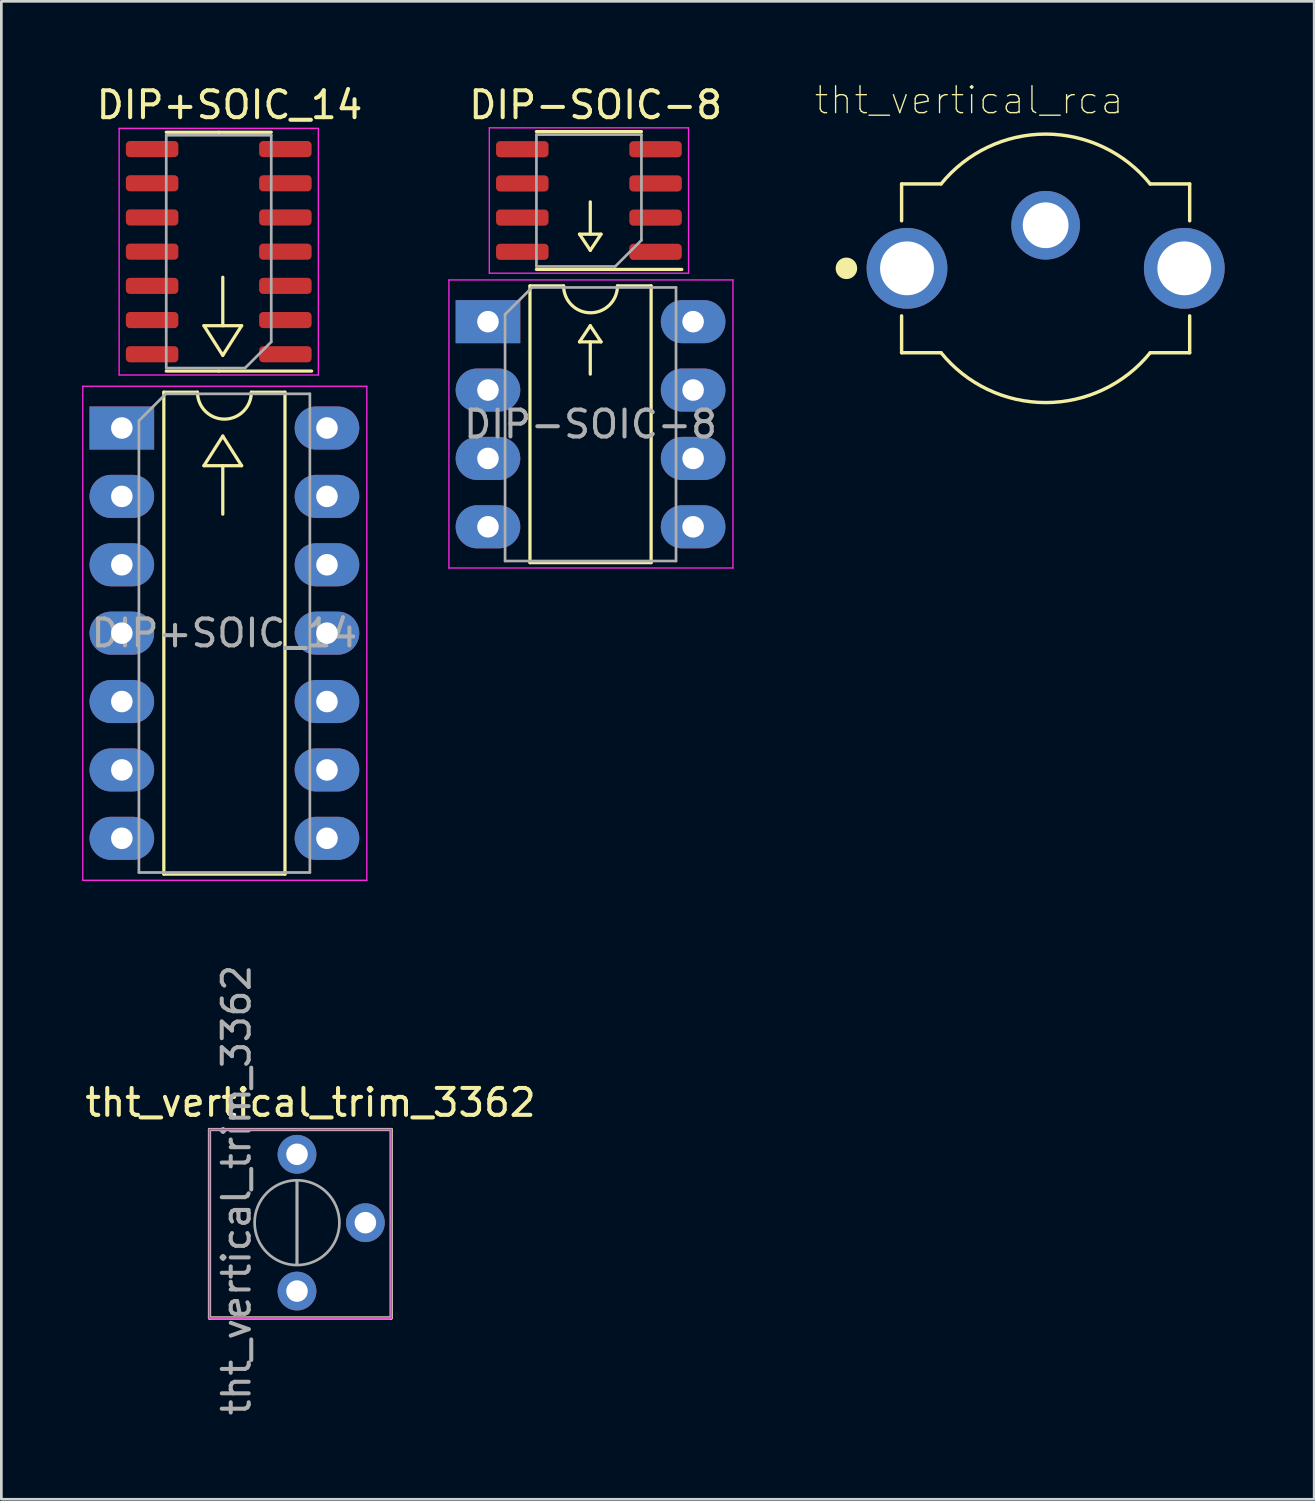
<source format=kicad_pcb>
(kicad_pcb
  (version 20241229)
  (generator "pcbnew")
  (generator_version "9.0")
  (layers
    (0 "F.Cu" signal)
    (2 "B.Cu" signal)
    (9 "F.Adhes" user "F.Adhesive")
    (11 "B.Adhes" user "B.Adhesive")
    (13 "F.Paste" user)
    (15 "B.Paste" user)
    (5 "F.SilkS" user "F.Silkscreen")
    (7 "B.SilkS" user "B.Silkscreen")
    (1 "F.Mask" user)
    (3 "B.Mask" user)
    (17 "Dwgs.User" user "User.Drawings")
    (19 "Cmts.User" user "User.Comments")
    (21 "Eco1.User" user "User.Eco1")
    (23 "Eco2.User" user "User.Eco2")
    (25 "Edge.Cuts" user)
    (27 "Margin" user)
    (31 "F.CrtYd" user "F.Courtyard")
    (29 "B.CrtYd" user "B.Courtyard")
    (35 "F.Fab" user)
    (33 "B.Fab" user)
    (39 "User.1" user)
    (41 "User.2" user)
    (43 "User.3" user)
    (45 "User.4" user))
  (footprint "tht_vertical_trim_3362"
    (layer "F.Cu")
    (at 7.982 44.905)
    (property "Reference" "tht_vertical_trim_3362" (at 0.5 -7 0) (layer "F.SilkS") (effects (font (size 1 1) (thickness 0.15))))
    (attr through_hole)
    (fp_line (start -3.25 -6) (end -3.25 1) (stroke (width 0.12) (type solid)) (layer "F.SilkS"))
    (fp_line (start -3.25 -6) (end 3.5 -6) (stroke (width 0.12) (type solid)) (layer "F.SilkS"))
    (fp_line (start -3.25 1) (end 3.5 1) (stroke (width 0.12) (type solid)) (layer "F.SilkS"))
    (fp_line (start 3.5 -6) (end 3.5 1) (stroke (width 0.12) (type solid)) (layer "F.SilkS"))
    (fp_line (start -3.25 -6) (end -3.25 1) (stroke (width 0.05) (type solid)) (layer "F.CrtYd"))
    (fp_line (start -3.25 1) (end 3.5 1) (stroke (width 0.05) (type solid)) (layer "F.CrtYd"))
    (fp_line (start 3.5 -6) (end -3.25 -6) (stroke (width 0.05) (type solid)) (layer "F.CrtYd"))
    (fp_line (start 3.5 1) (end 3.5 -6) (stroke (width 0.05) (type solid)) (layer "F.CrtYd"))
    (fp_line (start -3.25 -6) (end -3.25 1) (stroke (width 0.1) (type solid)) (layer "F.Fab"))
    (fp_line (start -3.25 1) (end 3.5 1) (stroke (width 0.1) (type solid)) (layer "F.Fab"))
    (fp_line (start -0.001 -0.98) (end 0 -4.099) (stroke (width 0.1) (type solid)) (layer "F.Fab"))
    (fp_line (start -0.001 -0.98) (end 0 -4.099) (stroke (width 0.1) (type solid)) (layer "F.Fab"))
    (fp_line (start 3.5 -6) (end -3.25 -6) (stroke (width 0.1) (type solid)) (layer "F.Fab"))
    (fp_line (start 3.5 1) (end 3.5 -6) (stroke (width 0.1) (type solid)) (layer "F.Fab"))
    (fp_circle (center 0 -2.54) (end 1.575 -2.54) (stroke (width 0.1) (type solid)) (fill no) (layer "F.Fab"))
    (fp_text user "${REFERENCE}" (at -2.25 -3.75 90) (layer "F.Fab") (effects (font (size 1 1) (thickness 0.15))))
    (pad "1" thru_hole circle (at 0 0) (size 1.44 1.44) (drill 0.8) (layers "*.Cu" "*.Mask"))
    (pad "2" thru_hole circle (at 2.54 -2.54) (size 1.44 1.44) (drill 0.8) (layers "*.Cu" "*.Mask"))
    (pad "3" thru_hole circle (at 0 -5.08) (size 1.44 1.44) (drill 0.8) (layers "*.Cu" "*.Mask")))
  (footprint "DIP-SOIC-8"
    (layer "F.Cu")
    (at 18.775 2.748)
    (property "Reference" "DIP-SOIC-8" (at 0.3 -1.9 0) (layer "F.SilkS") (effects (font (size 1 1) (thickness 0.15))))
    (attr through_hole)
    (fp_line (start -2.14 4.82) (end -2.14 15.1) (stroke (width 0.12) (type solid)) (layer "F.SilkS"))
    (fp_line (start -2.14 15.1) (end 2.36 15.1) (stroke (width 0.12) (type solid)) (layer "F.SilkS"))
    (fp_line (start -0.89 4.82) (end -2.14 4.82) (stroke (width 0.12) (type solid)) (layer "F.SilkS"))
    (fp_line (start -0.3 2.9) (end 0.5 2.9) (stroke (width 0.12) (type solid)) (layer "F.SilkS"))
    (fp_line (start -0.3 6.9) (end 0.1 6.3) (stroke (width 0.12) (type solid)) (layer "F.SilkS"))
    (fp_line (start 0.05 -0.91) (end -1.9 -0.91) (stroke (width 0.12) (type solid)) (layer "F.SilkS"))
    (fp_line (start 0.05 -0.91) (end 2 -0.91) (stroke (width 0.12) (type solid)) (layer "F.SilkS"))
    (fp_line (start 0.05 4.21) (end -1.9 4.21) (stroke (width 0.12) (type solid)) (layer "F.SilkS"))
    (fp_line (start 0.05 4.21) (end 3.5 4.21) (stroke (width 0.12) (type solid)) (layer "F.SilkS"))
    (fp_line (start 0.1 2.9) (end 0.1 1.7) (stroke (width 0.12) (type solid)) (layer "F.SilkS"))
    (fp_line (start 0.1 3.5) (end -0.3 2.9) (stroke (width 0.12) (type solid)) (layer "F.SilkS"))
    (fp_line (start 0.1 6.3) (end 0.5 6.9) (stroke (width 0.12) (type solid)) (layer "F.SilkS"))
    (fp_line (start 0.1 6.9) (end 0.1 8.1) (stroke (width 0.12) (type solid)) (layer "F.SilkS"))
    (fp_line (start 0.5 2.9) (end 0.1 3.5) (stroke (width 0.12) (type solid)) (layer "F.SilkS"))
    (fp_line (start 0.5 6.9) (end -0.3 6.9) (stroke (width 0.12) (type solid)) (layer "F.SilkS"))
    (fp_line (start 2.36 4.82) (end 1.11 4.82) (stroke (width 0.12) (type solid)) (layer "F.SilkS"))
    (fp_line (start 2.36 15.1) (end 2.36 4.82) (stroke (width 0.12) (type solid)) (layer "F.SilkS"))
    (fp_arc (start 1.11 4.82) (mid 0.11 5.82) (end -0.89 4.82) (stroke (width 0.12) (type solid)) (layer "F.SilkS"))
    (fp_line (start -5.15 4.6) (end -5.15 15.3) (stroke (width 0.05) (type solid)) (layer "F.CrtYd"))
    (fp_line (start -5.15 15.3) (end 5.4 15.3) (stroke (width 0.05) (type solid)) (layer "F.CrtYd"))
    (fp_line (start -3.65 -1.05) (end -3.65 4.35) (stroke (width 0.05) (type solid)) (layer "F.CrtYd"))
    (fp_line (start -3.65 4.35) (end 3.75 4.35) (stroke (width 0.05) (type solid)) (layer "F.CrtYd"))
    (fp_line (start 3.75 -1.05) (end -3.65 -1.05) (stroke (width 0.05) (type solid)) (layer "F.CrtYd"))
    (fp_line (start 3.75 4.35) (end 3.75 -1.05) (stroke (width 0.05) (type solid)) (layer "F.CrtYd"))
    (fp_line (start 5.4 4.6) (end -5.15 4.6) (stroke (width 0.05) (type solid)) (layer "F.CrtYd"))
    (fp_line (start 5.4 15.3) (end 5.4 4.6) (stroke (width 0.05) (type solid)) (layer "F.CrtYd"))
    (fp_line (start -3.065 5.88) (end -2.065 4.88) (stroke (width 0.1) (type solid)) (layer "F.Fab"))
    (fp_line (start -3.065 15.04) (end -3.065 5.88) (stroke (width 0.1) (type solid)) (layer "F.Fab"))
    (fp_line (start -2.065 4.88) (end 3.285 4.88) (stroke (width 0.1) (type solid)) (layer "F.Fab"))
    (fp_line (start -1.9 -0.8) (end 2 -0.8) (stroke (width 0.1) (type solid)) (layer "F.Fab"))
    (fp_line (start -1.9 4.1) (end -1.9 -0.8) (stroke (width 0.1) (type solid)) (layer "F.Fab"))
    (fp_line (start 1.025 4.1) (end -1.9 4.1) (stroke (width 0.1) (type solid)) (layer "F.Fab"))
    (fp_line (start 2 -0.8) (end 2 3.125) (stroke (width 0.1) (type solid)) (layer "F.Fab"))
    (fp_line (start 2 3.125) (end 1.025 4.1) (stroke (width 0.1) (type solid)) (layer "F.Fab"))
    (fp_line (start 3.285 4.88) (end 3.285 15.04) (stroke (width 0.1) (type solid)) (layer "F.Fab"))
    (fp_line (start 3.285 15.04) (end -3.065 15.04) (stroke (width 0.1) (type solid)) (layer "F.Fab"))
    (fp_text user "${REFERENCE}" (at 0.11 9.96 0) (layer "F.Fab") (effects (font (size 1 1) (thickness 0.15))))
    (pad "1" thru_hole rect (at -3.7 6.15) (size 2.4 1.6) (drill 0.8) (layers "*.Cu" "*.Mask"))
    (pad "1" smd roundrect (at 2.525 3.555 180) (size 1.95 0.6) (layers "F.Cu" "F.Mask" "F.Paste") (roundrect_rratio 0.25))
    (pad "2" thru_hole oval (at -3.7 8.69) (size 2.4 1.6) (drill 0.8) (layers "*.Cu" "*.Mask"))
    (pad "2" smd roundrect (at 2.525 2.285 180) (size 1.95 0.6) (layers "F.Cu" "F.Mask" "F.Paste") (roundrect_rratio 0.25))
    (pad "3" thru_hole oval (at -3.7 11.23) (size 2.4 1.6) (drill 0.8) (layers "*.Cu" "*.Mask"))
    (pad "3" smd roundrect (at 2.525 1.015 180) (size 1.95 0.6) (layers "F.Cu" "F.Mask" "F.Paste") (roundrect_rratio 0.25))
    (pad "4" thru_hole oval (at -3.7 13.77) (size 2.4 1.6) (drill 0.8) (layers "*.Cu" "*.Mask"))
    (pad "4" smd roundrect (at 2.525 -0.255 180) (size 1.95 0.6) (layers "F.Cu" "F.Mask" "F.Paste") (roundrect_rratio 0.25))
    (pad "5" smd roundrect (at -2.425 -0.255 180) (size 1.95 0.6) (layers "F.Cu" "F.Mask" "F.Paste") (roundrect_rratio 0.25))
    (pad "5" thru_hole oval (at 3.92 13.77) (size 2.4 1.6) (drill 0.8) (layers "*.Cu" "*.Mask"))
    (pad "6" smd roundrect (at -2.425 1.015 180) (size 1.95 0.6) (layers "F.Cu" "F.Mask" "F.Paste") (roundrect_rratio 0.25))
    (pad "6" thru_hole oval (at 3.92 11.23) (size 2.4 1.6) (drill 0.8) (layers "*.Cu" "*.Mask"))
    (pad "7" smd roundrect (at -2.425 2.285 180) (size 1.95 0.6) (layers "F.Cu" "F.Mask" "F.Paste") (roundrect_rratio 0.25))
    (pad "7" thru_hole oval (at 3.92 8.69) (size 2.4 1.6) (drill 0.8) (layers "*.Cu" "*.Mask"))
    (pad "8" smd roundrect (at -2.425 3.555 180) (size 1.95 0.6) (layers "F.Cu" "F.Mask" "F.Paste") (roundrect_rratio 0.25))
    (pad "8" thru_hole oval (at 3.92 6.15) (size 2.4 1.6) (drill 0.8) (layers "*.Cu" "*.Mask")))
  (footprint "DIP+SOIC_14"
    (layer "F.Cu")
    (at 5.525 11.148)
    (property "Reference" "DIP+SOIC_14" (at -0.05 -10.3 0) (layer "F.SilkS") (effects (font (size 1 1) (thickness 0.15))))
    (attr through_hole)
    (fp_line (start -2.49 0.37) (end -2.49 18.27) (stroke (width 0.12) (type solid)) (layer "F.SilkS"))
    (fp_line (start -2.49 18.27) (end 2.01 18.27) (stroke (width 0.12) (type solid)) (layer "F.SilkS"))
    (fp_line (start -1.24 0.37) (end -2.49 0.37) (stroke (width 0.12) (type solid)) (layer "F.SilkS"))
    (fp_line (start -1 -2.1) (end -0.3 -1) (stroke (width 0.12) (type solid)) (layer "F.SilkS"))
    (fp_line (start -1 3.1) (end -0.3 2) (stroke (width 0.12) (type solid)) (layer "F.SilkS"))
    (fp_line (start -1 3.1) (end 0.4 3.1) (stroke (width 0.12) (type solid)) (layer "F.SilkS"))
    (fp_line (start -0.45 -9.285) (end -2.4 -9.285) (stroke (width 0.12) (type solid)) (layer "F.SilkS"))
    (fp_line (start -0.45 -9.285) (end 1.5 -9.285) (stroke (width 0.12) (type solid)) (layer "F.SilkS"))
    (fp_line (start -0.45 -0.415) (end -2.4 -0.415) (stroke (width 0.12) (type solid)) (layer "F.SilkS"))
    (fp_line (start -0.45 -0.415) (end 3 -0.415) (stroke (width 0.12) (type solid)) (layer "F.SilkS"))
    (fp_line (start -0.3 -2.1) (end -0.3 -3.9) (stroke (width 0.12) (type solid)) (layer "F.SilkS"))
    (fp_line (start -0.3 3.1) (end -0.3 4.9) (stroke (width 0.12) (type solid)) (layer "F.SilkS"))
    (fp_line (start 0.4 -2.1) (end -1 -2.1) (stroke (width 0.12) (type solid)) (layer "F.SilkS"))
    (fp_line (start 0.4 -2.1) (end -0.3 -1) (stroke (width 0.12) (type solid)) (layer "F.SilkS"))
    (fp_line (start 0.4 3.1) (end -0.3 2) (stroke (width 0.12) (type solid)) (layer "F.SilkS"))
    (fp_line (start 2.01 0.37) (end 0.76 0.37) (stroke (width 0.12) (type solid)) (layer "F.SilkS"))
    (fp_line (start 2.01 18.27) (end 2.01 0.37) (stroke (width 0.12) (type solid)) (layer "F.SilkS"))
    (fp_arc (start 0.76 0.37) (mid -0.24 1.37) (end -1.24 0.37) (stroke (width 0.12) (type solid)) (layer "F.SilkS"))
    (fp_line (start -5.5 0.15) (end -5.5 18.5) (stroke (width 0.05) (type solid)) (layer "F.CrtYd"))
    (fp_line (start -5.5 18.5) (end 5.05 18.5) (stroke (width 0.05) (type solid)) (layer "F.CrtYd"))
    (fp_line (start -4.15 -9.43) (end -4.15 -0.27) (stroke (width 0.05) (type solid)) (layer "F.CrtYd"))
    (fp_line (start -4.15 -0.27) (end 3.25 -0.27) (stroke (width 0.05) (type solid)) (layer "F.CrtYd"))
    (fp_line (start 3.25 -9.43) (end -4.15 -9.43) (stroke (width 0.05) (type solid)) (layer "F.CrtYd"))
    (fp_line (start 3.25 -0.27) (end 3.25 -9.43) (stroke (width 0.05) (type solid)) (layer "F.CrtYd"))
    (fp_line (start 5.05 0.15) (end -5.5 0.15) (stroke (width 0.05) (type solid)) (layer "F.CrtYd"))
    (fp_line (start 5.05 18.5) (end 5.05 0.15) (stroke (width 0.05) (type solid)) (layer "F.CrtYd"))
    (fp_line (start -3.415 1.43) (end -2.415 0.43) (stroke (width 0.1) (type solid)) (layer "F.Fab"))
    (fp_line (start -3.415 18.21) (end -3.415 1.43) (stroke (width 0.1) (type solid)) (layer "F.Fab"))
    (fp_line (start -2.415 0.43) (end 2.935 0.43) (stroke (width 0.1) (type solid)) (layer "F.Fab"))
    (fp_line (start -2.4 -9.175) (end 1.5 -9.175) (stroke (width 0.1) (type solid)) (layer "F.Fab"))
    (fp_line (start -2.4 -0.525) (end -2.4 -9.175) (stroke (width 0.1) (type solid)) (layer "F.Fab"))
    (fp_line (start 0.525 -0.525) (end -2.4 -0.525) (stroke (width 0.1) (type solid)) (layer "F.Fab"))
    (fp_line (start 1.5 -9.175) (end 1.5 -1.5) (stroke (width 0.1) (type solid)) (layer "F.Fab"))
    (fp_line (start 1.5 -1.5) (end 0.525 -0.525) (stroke (width 0.1) (type solid)) (layer "F.Fab"))
    (fp_line (start 2.935 0.43) (end 2.935 18.21) (stroke (width 0.1) (type solid)) (layer "F.Fab"))
    (fp_line (start 2.935 18.21) (end -3.415 18.21) (stroke (width 0.1) (type solid)) (layer "F.Fab"))
    (fp_text user "${REFERENCE}" (at -0.24 9.32 0) (layer "F.Fab") (effects (font (size 1 1) (thickness 0.15))))
    (pad "1" thru_hole rect (at -4.05 1.7) (size 2.4 1.6) (drill 0.8) (layers "*.Cu" "*.Mask"))
    (pad "1" smd roundrect (at 2.025 -1.04 180) (size 1.95 0.6) (layers "F.Cu" "F.Mask" "F.Paste") (roundrect_rratio 0.25))
    (pad "2" thru_hole oval (at -4.05 4.24) (size 2.4 1.6) (drill 0.8) (layers "*.Cu" "*.Mask"))
    (pad "2" smd roundrect (at 2.025 -2.31 180) (size 1.95 0.6) (layers "F.Cu" "F.Mask" "F.Paste") (roundrect_rratio 0.25))
    (pad "3" thru_hole oval (at -4.05 6.78) (size 2.4 1.6) (drill 0.8) (layers "*.Cu" "*.Mask"))
    (pad "3" smd roundrect (at 2.025 -3.58 180) (size 1.95 0.6) (layers "F.Cu" "F.Mask" "F.Paste") (roundrect_rratio 0.25))
    (pad "4" thru_hole oval (at -4.05 9.32) (size 2.4 1.6) (drill 0.8) (layers "*.Cu" "*.Mask"))
    (pad "4" smd roundrect (at 2.025 -4.85 180) (size 1.95 0.6) (layers "F.Cu" "F.Mask" "F.Paste") (roundrect_rratio 0.25))
    (pad "5" thru_hole oval (at -4.05 11.86) (size 2.4 1.6) (drill 0.8) (layers "*.Cu" "*.Mask"))
    (pad "5" smd roundrect (at 2.025 -6.12 180) (size 1.95 0.6) (layers "F.Cu" "F.Mask" "F.Paste") (roundrect_rratio 0.25))
    (pad "6" thru_hole oval (at -4.05 14.4) (size 2.4 1.6) (drill 0.8) (layers "*.Cu" "*.Mask"))
    (pad "6" smd roundrect (at 2.025 -7.39 180) (size 1.95 0.6) (layers "F.Cu" "F.Mask" "F.Paste") (roundrect_rratio 0.25))
    (pad "7" thru_hole oval (at -4.05 16.94) (size 2.4 1.6) (drill 0.8) (layers "*.Cu" "*.Mask"))
    (pad "7" smd roundrect (at 2.025 -8.66 180) (size 1.95 0.6) (layers "F.Cu" "F.Mask" "F.Paste") (roundrect_rratio 0.25))
    (pad "8" smd roundrect (at -2.925 -8.66 180) (size 1.95 0.6) (layers "F.Cu" "F.Mask" "F.Paste") (roundrect_rratio 0.25))
    (pad "8" thru_hole oval (at 3.57 16.94) (size 2.4 1.6) (drill 0.8) (layers "*.Cu" "*.Mask"))
    (pad "9" smd roundrect (at -2.925 -7.39 180) (size 1.95 0.6) (layers "F.Cu" "F.Mask" "F.Paste") (roundrect_rratio 0.25))
    (pad "9" thru_hole oval (at 3.57 14.4) (size 2.4 1.6) (drill 0.8) (layers "*.Cu" "*.Mask"))
    (pad "10" smd roundrect (at -2.925 -6.12 180) (size 1.95 0.6) (layers "F.Cu" "F.Mask" "F.Paste") (roundrect_rratio 0.25))
    (pad "10" thru_hole oval (at 3.57 11.86) (size 2.4 1.6) (drill 0.8) (layers "*.Cu" "*.Mask"))
    (pad "11" smd roundrect (at -2.925 -4.85 180) (size 1.95 0.6) (layers "F.Cu" "F.Mask" "F.Paste") (roundrect_rratio 0.25))
    (pad "11" thru_hole oval (at 3.57 9.32) (size 2.4 1.6) (drill 0.8) (layers "*.Cu" "*.Mask"))
    (pad "12" smd roundrect (at -2.925 -3.58 180) (size 1.95 0.6) (layers "F.Cu" "F.Mask" "F.Paste") (roundrect_rratio 0.25))
    (pad "12" thru_hole oval (at 3.57 6.78) (size 2.4 1.6) (drill 0.8) (layers "*.Cu" "*.Mask"))
    (pad "13" smd roundrect (at -2.925 -2.31 180) (size 1.95 0.6) (layers "F.Cu" "F.Mask" "F.Paste") (roundrect_rratio 0.25))
    (pad "13" thru_hole oval (at 3.57 4.24) (size 2.4 1.6) (drill 0.8) (layers "*.Cu" "*.Mask"))
    (pad "14" smd roundrect (at -2.925 -1.04 180) (size 1.95 0.6) (layers "F.Cu" "F.Mask" "F.Paste") (roundrect_rratio 0.25))
    (pad "14" thru_hole oval (at 3.57 1.7) (size 2.4 1.6) (drill 0.8) (layers "*.Cu" "*.Mask")))
  (footprint "tht_vertical_rca"
    (layer "F.Cu")
    (at 35.789 6.917)
    (property "Reference" "tht_vertical_rca" (at -2.844 -6.244 0) (layer "F.SilkS") (effects (font (size 1.001 1.001) (thickness 0.05))))
    (attr through_hole)
    (fp_line (start -5.35 -3.135) (end -5.35 -1.765) (stroke (width 0.127) (type solid)) (layer "F.SilkS"))
    (fp_line (start -5.35 1.765) (end -5.35 3.135) (stroke (width 0.127) (type solid)) (layer "F.SilkS"))
    (fp_line (start -3.884 -3.135) (end -5.35 -3.135) (stroke (width 0.127) (type solid)) (layer "F.SilkS"))
    (fp_line (start -3.884 3.135) (end -5.35 3.135) (stroke (width 0.127) (type solid)) (layer "F.SilkS"))
    (fp_line (start 5.35 -3.135) (end 3.884 -3.135) (stroke (width 0.127) (type solid)) (layer "F.SilkS"))
    (fp_line (start 5.35 -3.135) (end 5.35 -1.765) (stroke (width 0.127) (type solid)) (layer "F.SilkS"))
    (fp_line (start 5.35 1.765) (end 5.35 3.135) (stroke (width 0.127) (type solid)) (layer "F.SilkS"))
    (fp_line (start 5.35 3.135) (end 3.884 3.135) (stroke (width 0.127) (type solid)) (layer "F.SilkS"))
    (fp_arc (start -3.882076 -3.137372) (mid 0.001527 -4.986221) (end 3.884 -3.135) (stroke (width 0.127) (type solid)) (layer "F.SilkS"))
    (fp_arc (start 3.882076 3.137372) (mid -0.001527 4.986221) (end -3.884 3.135) (stroke (width 0.127) (type solid)) (layer "F.SilkS"))
    (fp_circle (center -7.4 0) (end -7.2 0) (stroke (width 0.4) (type solid)) (fill no) (layer "F.SilkS"))
    (fp_line (start -6.9 -1.7) (end -6.9 1.75) (stroke (width 0.05) (type solid)) (layer "Eco1.User"))
    (fp_line (start -6.9 1.75) (end -5.6 1.75) (stroke (width 0.05) (type solid)) (layer "Eco1.User"))
    (fp_line (start -5.6 -3.385) (end -5.605 -3.385) (stroke (width 0.05) (type solid)) (layer "Eco1.User"))
    (fp_line (start -5.6 -3.385) (end -5.6 -1.7) (stroke (width 0.05) (type solid)) (layer "Eco1.User"))
    (fp_line (start -5.6 -1.7) (end -6.9 -1.7) (stroke (width 0.05) (type solid)) (layer "Eco1.User"))
    (fp_line (start -5.6 1.75) (end -5.6 3.385) (stroke (width 0.05) (type solid)) (layer "Eco1.User"))
    (fp_line (start -3.903 -3.385) (end -5.6 -3.385) (stroke (width 0.05) (type solid)) (layer "Eco1.User"))
    (fp_line (start -3.901 3.385) (end -5.6 3.385) (stroke (width 0.05) (type solid)) (layer "Eco1.User"))
    (fp_line (start 5.6 -3.385) (end 3.895 -3.385) (stroke (width 0.05) (type solid)) (layer "Eco1.User"))
    (fp_line (start 5.6 -1.75) (end 5.6 -3.385) (stroke (width 0.05) (type solid)) (layer "Eco1.User"))
    (fp_line (start 5.6 -1.75) (end 6.95 -1.75) (stroke (width 0.05) (type solid)) (layer "Eco1.User"))
    (fp_line (start 5.6 3.385) (end 3.904 3.385) (stroke (width 0.05) (type solid)) (layer "Eco1.User"))
    (fp_line (start 5.6 3.385) (end 5.6 1.7) (stroke (width 0.05) (type solid)) (layer "Eco1.User"))
    (fp_line (start 6.95 -1.75) (end 6.95 1.7) (stroke (width 0.05) (type solid)) (layer "Eco1.User"))
    (fp_line (start 6.95 1.7) (end 5.6 1.7) (stroke (width 0.05) (type solid)) (layer "Eco1.User"))
    (fp_arc (start -3.901069 -3.387381) (mid -0.002467 -5.24337) (end 3.895 -3.385) (stroke (width 0.05) (type solid)) (layer "Eco1.User"))
    (fp_arc (start 3.895069 3.387381) (mid -0.003533 5.24337) (end -3.901 3.385) (stroke (width 0.05) (type solid)) (layer "Eco1.User"))
    (fp_line (start -5.35 -3.135) (end -5.35 3.135) (stroke (width 0.127) (type solid)) (layer "Eco2.User"))
    (fp_line (start -3.884 -3.135) (end -5.35 -3.135) (stroke (width 0.127) (type solid)) (layer "Eco2.User"))
    (fp_line (start -3.884 3.135) (end -5.35 3.135) (stroke (width 0.127) (type solid)) (layer "Eco2.User"))
    (fp_line (start 5.35 -3.135) (end 3.884 -3.135) (stroke (width 0.127) (type solid)) (layer "Eco2.User"))
    (fp_line (start 5.35 3.135) (end 3.884 3.135) (stroke (width 0.127) (type solid)) (layer "Eco2.User"))
    (fp_line (start 5.35 3.135) (end 5.35 -3.135) (stroke (width 0.127) (type solid)) (layer "Eco2.User"))
    (fp_arc (start -3.882076 -3.137372) (mid 0.001527 -4.986221) (end 3.884 -3.135) (stroke (width 0.127) (type solid)) (layer "Eco2.User"))
    (fp_arc (start 3.882076 3.137372) (mid -0.001527 4.986221) (end -3.884 3.135) (stroke (width 0.127) (type solid)) (layer "Eco2.User"))
    (pad "1" thru_hole circle (at 0 -1.6) (size 2.55 2.55) (drill 1.7) (layers "*.Cu" "*.Mask"))
    (pad "2" thru_hole circle (at -5.15 0) (size 3 3) (drill 2) (layers "*.Cu" "*.Mask"))
    (pad "2" thru_hole circle (at 5.15 0) (size 3 3) (drill 2) (layers "*.Cu" "*.Mask")))
  (gr_rect
    (start -3 -3)
    (end 45.764 52.638)
    (stroke (width 0.1) (type default))
    (fill no)
    (layer "Edge.Cuts")))
</source>
